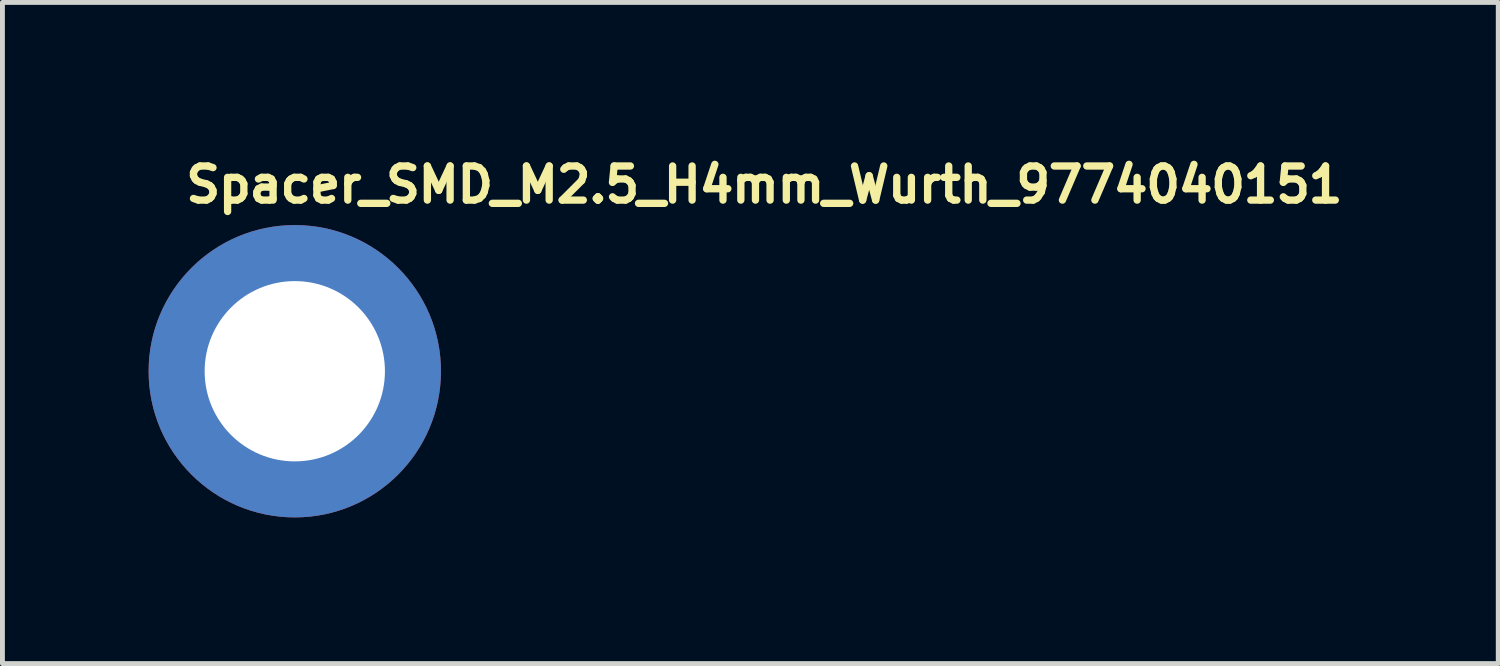
<source format=kicad_pcb>
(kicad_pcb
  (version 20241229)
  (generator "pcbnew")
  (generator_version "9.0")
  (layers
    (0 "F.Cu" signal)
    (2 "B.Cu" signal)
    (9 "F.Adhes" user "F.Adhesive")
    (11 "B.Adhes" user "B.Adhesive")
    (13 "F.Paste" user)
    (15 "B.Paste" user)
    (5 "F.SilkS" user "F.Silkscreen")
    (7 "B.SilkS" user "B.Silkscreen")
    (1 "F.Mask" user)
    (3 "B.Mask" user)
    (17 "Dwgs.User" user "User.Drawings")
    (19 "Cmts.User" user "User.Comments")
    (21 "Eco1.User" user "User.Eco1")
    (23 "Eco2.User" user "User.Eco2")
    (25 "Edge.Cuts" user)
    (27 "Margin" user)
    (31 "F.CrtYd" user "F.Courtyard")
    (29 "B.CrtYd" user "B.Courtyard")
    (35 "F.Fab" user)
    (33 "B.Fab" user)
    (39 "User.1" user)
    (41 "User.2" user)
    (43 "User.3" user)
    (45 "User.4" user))
  (footprint "Spacer_SMD_M2.5_H4mm_Wurth_9774040151"
    (layer "F.Cu")
    (at 3 4.569)
    (property "Reference" "Spacer_SMD_M2.5_H4mm_Wurth_9774040151" (at -2.311 -3.419 180) (layer "F.SilkS") (effects (font (size 0.7 0.7) (thickness 0.15)) (justify left bottom)))
    (attr smd)
    (fp_circle (center 0 0) (end 2.499 0) (stroke (width 1) (type solid)) (fill no) (layer "F.Paste"))
    (fp_line (start -2.551 0) (end -2.551 0) (stroke (width 0.02) (type solid)) (layer "User.9"))
    (fp_line (start -2.551 0) (end -2.548 -0.133) (stroke (width 0.02) (type solid)) (layer "User.9"))
    (fp_line (start -2.548 -0.133) (end -2.537 -0.262) (stroke (width 0.02) (type solid)) (layer "User.9"))
    (fp_line (start -2.548 0.131) (end -2.551 0) (stroke (width 0.02) (type solid)) (layer "User.9"))
    (fp_line (start -2.537 -0.262) (end -2.521 -0.39) (stroke (width 0.02) (type solid)) (layer "User.9"))
    (fp_line (start -2.537 0.26) (end -2.548 0.131) (stroke (width 0.02) (type solid)) (layer "User.9"))
    (fp_line (start -2.521 -0.39) (end -2.5 -0.515) (stroke (width 0.02) (type solid)) (layer "User.9"))
    (fp_line (start -2.521 0.388) (end -2.537 0.26) (stroke (width 0.02) (type solid)) (layer "User.9"))
    (fp_line (start -2.5 -0.515) (end -2.471 -0.638) (stroke (width 0.02) (type solid)) (layer "User.9"))
    (fp_line (start -2.5 0.513) (end -2.521 0.388) (stroke (width 0.02) (type solid)) (layer "User.9"))
    (fp_line (start -2.471 -0.638) (end -2.436 -0.759) (stroke (width 0.02) (type solid)) (layer "User.9"))
    (fp_line (start -2.471 0.636) (end -2.5 0.513) (stroke (width 0.02) (type solid)) (layer "User.9"))
    (fp_line (start -2.436 -0.759) (end -2.396 -0.877) (stroke (width 0.02) (type solid)) (layer "User.9"))
    (fp_line (start -2.436 0.757) (end -2.471 0.636) (stroke (width 0.02) (type solid)) (layer "User.9"))
    (fp_line (start -2.396 -0.877) (end -2.351 -0.993) (stroke (width 0.02) (type solid)) (layer "User.9"))
    (fp_line (start -2.396 0.875) (end -2.436 0.757) (stroke (width 0.02) (type solid)) (layer "User.9"))
    (fp_line (start -2.351 -0.993) (end -2.299 -1.107) (stroke (width 0.02) (type solid)) (layer "User.9"))
    (fp_line (start -2.351 0.991) (end -2.396 0.875) (stroke (width 0.02) (type solid)) (layer "User.9"))
    (fp_line (start -2.299 -1.107) (end -2.243 -1.216) (stroke (width 0.02) (type solid)) (layer "User.9"))
    (fp_line (start -2.299 1.104) (end -2.351 0.991) (stroke (width 0.02) (type solid)) (layer "User.9"))
    (fp_line (start -2.243 -1.216) (end -2.182 -1.323) (stroke (width 0.02) (type solid)) (layer "User.9"))
    (fp_line (start -2.243 1.215) (end -2.299 1.104) (stroke (width 0.02) (type solid)) (layer "User.9"))
    (fp_line (start -2.182 -1.323) (end -2.116 -1.426) (stroke (width 0.02) (type solid)) (layer "User.9"))
    (fp_line (start -2.182 1.322) (end -2.243 1.215) (stroke (width 0.02) (type solid)) (layer "User.9"))
    (fp_line (start -2.116 -1.426) (end -2.044 -1.526) (stroke (width 0.02) (type solid)) (layer "User.9"))
    (fp_line (start -2.116 1.425) (end -2.182 1.322) (stroke (width 0.02) (type solid)) (layer "User.9"))
    (fp_line (start -2.044 -1.526) (end -1.968 -1.623) (stroke (width 0.02) (type solid)) (layer "User.9"))
    (fp_line (start -2.044 1.525) (end -2.116 1.425) (stroke (width 0.02) (type solid)) (layer "User.9"))
    (fp_line (start -1.968 -1.623) (end -1.889 -1.716) (stroke (width 0.02) (type solid)) (layer "User.9"))
    (fp_line (start -1.968 1.622) (end -2.044 1.525) (stroke (width 0.02) (type solid)) (layer "User.9"))
    (fp_line (start -1.889 -1.716) (end -1.805 -1.805) (stroke (width 0.02) (type solid)) (layer "User.9"))
    (fp_line (start -1.889 1.713) (end -1.968 1.622) (stroke (width 0.02) (type solid)) (layer "User.9"))
    (fp_line (start -1.805 -1.805) (end -1.716 -1.889) (stroke (width 0.02) (type solid)) (layer "User.9"))
    (fp_line (start -1.805 1.802) (end -1.889 1.713) (stroke (width 0.02) (type solid)) (layer "User.9"))
    (fp_line (start -1.716 -1.889) (end -1.623 -1.968) (stroke (width 0.02) (type solid)) (layer "User.9"))
    (fp_line (start -1.716 1.886) (end -1.805 1.802) (stroke (width 0.02) (type solid)) (layer "User.9"))
    (fp_line (start -1.623 -1.968) (end -1.526 -2.044) (stroke (width 0.02) (type solid)) (layer "User.9"))
    (fp_line (start -1.623 1.967) (end -1.716 1.886) (stroke (width 0.02) (type solid)) (layer "User.9"))
    (fp_line (start -1.526 -2.044) (end -1.426 -2.116) (stroke (width 0.02) (type solid)) (layer "User.9"))
    (fp_line (start -1.526 2.043) (end -1.623 1.967) (stroke (width 0.02) (type solid)) (layer "User.9"))
    (fp_line (start -1.426 -2.116) (end -1.323 -2.182) (stroke (width 0.02) (type solid)) (layer "User.9"))
    (fp_line (start -1.426 2.113) (end -1.526 2.043) (stroke (width 0.02) (type solid)) (layer "User.9"))
    (fp_line (start -1.323 -2.182) (end -1.216 -2.243) (stroke (width 0.02) (type solid)) (layer "User.9"))
    (fp_line (start -1.323 2.18) (end -1.426 2.113) (stroke (width 0.02) (type solid)) (layer "User.9"))
    (fp_line (start -1.216 -2.243) (end -1.107 -2.299) (stroke (width 0.02) (type solid)) (layer "User.9"))
    (fp_line (start -1.216 2.241) (end -1.323 2.18) (stroke (width 0.02) (type solid)) (layer "User.9"))
    (fp_line (start -1.107 -2.299) (end -0.993 -2.351) (stroke (width 0.02) (type solid)) (layer "User.9"))
    (fp_line (start -1.107 2.297) (end -1.216 2.241) (stroke (width 0.02) (type solid)) (layer "User.9"))
    (fp_line (start -1.008 0) (end -1.008 0) (stroke (width 0.02) (type solid)) (layer "User.9"))
    (fp_line (start -1.008 0) (end -1.006 -0.053) (stroke (width 0.02) (type solid)) (layer "User.9"))
    (fp_line (start -1.006 -0.053) (end -1.002 -0.104) (stroke (width 0.02) (type solid)) (layer "User.9"))
    (fp_line (start -1.006 0.051) (end -1.008 0) (stroke (width 0.02) (type solid)) (layer "User.9"))
    (fp_line (start -1.002 -0.104) (end -0.995 -0.154) (stroke (width 0.02) (type solid)) (layer "User.9"))
    (fp_line (start -1.002 0.102) (end -1.006 0.051) (stroke (width 0.02) (type solid)) (layer "User.9"))
    (fp_line (start -0.995 -0.154) (end -0.987 -0.204) (stroke (width 0.02) (type solid)) (layer "User.9"))
    (fp_line (start -0.995 0.152) (end -1.002 0.102) (stroke (width 0.02) (type solid)) (layer "User.9"))
    (fp_line (start -0.993 -2.351) (end -0.877 -2.396) (stroke (width 0.02) (type solid)) (layer "User.9"))
    (fp_line (start -0.993 2.349) (end -1.107 2.297) (stroke (width 0.02) (type solid)) (layer "User.9"))
    (fp_line (start -0.987 -0.204) (end -0.975 -0.252) (stroke (width 0.02) (type solid)) (layer "User.9"))
    (fp_line (start -0.987 0.202) (end -0.995 0.152) (stroke (width 0.02) (type solid)) (layer "User.9"))
    (fp_line (start -0.975 -0.252) (end -0.962 -0.3) (stroke (width 0.02) (type solid)) (layer "User.9"))
    (fp_line (start -0.975 0.25) (end -0.987 0.202) (stroke (width 0.02) (type solid)) (layer "User.9"))
    (fp_line (start -0.962 -0.3) (end -0.947 -0.348) (stroke (width 0.02) (type solid)) (layer "User.9"))
    (fp_line (start -0.962 0.298) (end -0.975 0.25) (stroke (width 0.02) (type solid)) (layer "User.9"))
    (fp_line (start -0.947 -0.348) (end -0.929 -0.393) (stroke (width 0.02) (type solid)) (layer "User.9"))
    (fp_line (start -0.947 0.346) (end -0.962 0.298) (stroke (width 0.02) (type solid)) (layer "User.9"))
    (fp_line (start -0.929 -0.393) (end -0.909 -0.437) (stroke (width 0.02) (type solid)) (layer "User.9"))
    (fp_line (start -0.929 0.391) (end -0.947 0.346) (stroke (width 0.02) (type solid)) (layer "User.9"))
    (fp_line (start -0.909 -0.437) (end -0.886 -0.48) (stroke (width 0.02) (type solid)) (layer "User.9"))
    (fp_line (start -0.909 0.435) (end -0.929 0.391) (stroke (width 0.02) (type solid)) (layer "User.9"))
    (fp_line (start -0.886 -0.48) (end -0.861 -0.523) (stroke (width 0.02) (type solid)) (layer "User.9"))
    (fp_line (start -0.886 0.479) (end -0.909 0.435) (stroke (width 0.02) (type solid)) (layer "User.9"))
    (fp_line (start -0.877 -2.396) (end -0.759 -2.436) (stroke (width 0.02) (type solid)) (layer "User.9"))
    (fp_line (start -0.877 2.394) (end -0.993 2.349) (stroke (width 0.02) (type solid)) (layer "User.9"))
    (fp_line (start -0.861 -0.523) (end -0.835 -0.564) (stroke (width 0.02) (type solid)) (layer "User.9"))
    (fp_line (start -0.861 0.521) (end -0.886 0.479) (stroke (width 0.02) (type solid)) (layer "User.9"))
    (fp_line (start -0.835 -0.564) (end -0.808 -0.603) (stroke (width 0.02) (type solid)) (layer "User.9"))
    (fp_line (start -0.835 0.562) (end -0.861 0.521) (stroke (width 0.02) (type solid)) (layer "User.9"))
    (fp_line (start -0.808 -0.603) (end -0.778 -0.642) (stroke (width 0.02) (type solid)) (layer "User.9"))
    (fp_line (start -0.808 0.601) (end -0.835 0.562) (stroke (width 0.02) (type solid)) (layer "User.9"))
    (fp_line (start -0.778 -0.642) (end -0.746 -0.678) (stroke (width 0.02) (type solid)) (layer "User.9"))
    (fp_line (start -0.778 0.64) (end -0.808 0.601) (stroke (width 0.02) (type solid)) (layer "User.9"))
    (fp_line (start -0.759 -2.436) (end -0.638 -2.471) (stroke (width 0.02) (type solid)) (layer "User.9"))
    (fp_line (start -0.759 2.435) (end -0.877 2.394) (stroke (width 0.02) (type solid)) (layer "User.9"))
    (fp_line (start -0.746 -0.678) (end -0.712 -0.712) (stroke (width 0.02) (type solid)) (layer "User.9"))
    (fp_line (start -0.746 0.676) (end -0.778 0.64) (stroke (width 0.02) (type solid)) (layer "User.9"))
    (fp_line (start -0.712 -0.712) (end -0.678 -0.746) (stroke (width 0.02) (type solid)) (layer "User.9"))
    (fp_line (start -0.712 0.71) (end -0.746 0.676) (stroke (width 0.02) (type solid)) (layer "User.9"))
    (fp_line (start -0.678 -0.746) (end -0.642 -0.778) (stroke (width 0.02) (type solid)) (layer "User.9"))
    (fp_line (start -0.678 0.744) (end -0.712 0.71) (stroke (width 0.02) (type solid)) (layer "User.9"))
    (fp_line (start -0.642 -0.778) (end -0.603 -0.808) (stroke (width 0.02) (type solid)) (layer "User.9"))
    (fp_line (start -0.642 0.776) (end -0.678 0.744) (stroke (width 0.02) (type solid)) (layer "User.9"))
    (fp_line (start -0.638 -2.471) (end -0.515 -2.5) (stroke (width 0.02) (type solid)) (layer "User.9"))
    (fp_line (start -0.638 2.468) (end -0.759 2.435) (stroke (width 0.02) (type solid)) (layer "User.9"))
    (fp_line (start -0.603 -0.808) (end -0.564 -0.835) (stroke (width 0.02) (type solid)) (layer "User.9"))
    (fp_line (start -0.603 0.806) (end -0.642 0.776) (stroke (width 0.02) (type solid)) (layer "User.9"))
    (fp_line (start -0.564 -0.835) (end -0.523 -0.861) (stroke (width 0.02) (type solid)) (layer "User.9"))
    (fp_line (start -0.564 0.833) (end -0.603 0.806) (stroke (width 0.02) (type solid)) (layer "User.9"))
    (fp_line (start -0.523 -0.861) (end -0.48 -0.886) (stroke (width 0.02) (type solid)) (layer "User.9"))
    (fp_line (start -0.523 0.859) (end -0.564 0.833) (stroke (width 0.02) (type solid)) (layer "User.9"))
    (fp_line (start -0.515 -2.5) (end -0.39 -2.521) (stroke (width 0.02) (type solid)) (layer "User.9"))
    (fp_line (start -0.515 2.498) (end -0.638 2.468) (stroke (width 0.02) (type solid)) (layer "User.9"))
    (fp_line (start -0.48 -0.886) (end -0.437 -0.909) (stroke (width 0.02) (type solid)) (layer "User.9"))
    (fp_line (start -0.48 0.884) (end -0.523 0.859) (stroke (width 0.02) (type solid)) (layer "User.9"))
    (fp_line (start -0.437 -0.909) (end -0.393 -0.929) (stroke (width 0.02) (type solid)) (layer "User.9"))
    (fp_line (start -0.437 0.907) (end -0.48 0.884) (stroke (width 0.02) (type solid)) (layer "User.9"))
    (fp_line (start -0.393 -0.929) (end -0.348 -0.947) (stroke (width 0.02) (type solid)) (layer "User.9"))
    (fp_line (start -0.393 0.927) (end -0.437 0.907) (stroke (width 0.02) (type solid)) (layer "User.9"))
    (fp_line (start -0.39 -2.521) (end -0.262 -2.537) (stroke (width 0.02) (type solid)) (layer "User.9"))
    (fp_line (start -0.39 2.519) (end -0.515 2.498) (stroke (width 0.02) (type solid)) (layer "User.9"))
    (fp_line (start -0.348 -0.947) (end -0.3 -0.962) (stroke (width 0.02) (type solid)) (layer "User.9"))
    (fp_line (start -0.348 0.945) (end -0.393 0.927) (stroke (width 0.02) (type solid)) (layer "User.9"))
    (fp_line (start -0.3 -0.962) (end -0.252 -0.975) (stroke (width 0.02) (type solid)) (layer "User.9"))
    (fp_line (start -0.3 0.96) (end -0.348 0.945) (stroke (width 0.02) (type solid)) (layer "User.9"))
    (fp_line (start -0.262 -2.537) (end -0.133 -2.548) (stroke (width 0.02) (type solid)) (layer "User.9"))
    (fp_line (start -0.262 2.535) (end -0.39 2.519) (stroke (width 0.02) (type solid)) (layer "User.9"))
    (fp_line (start -0.252 -0.975) (end -0.204 -0.987) (stroke (width 0.02) (type solid)) (layer "User.9"))
    (fp_line (start -0.252 0.973) (end -0.3 0.96) (stroke (width 0.02) (type solid)) (layer "User.9"))
    (fp_line (start -0.204 -0.987) (end -0.154 -0.995) (stroke (width 0.02) (type solid)) (layer "User.9"))
    (fp_line (start -0.204 0.985) (end -0.252 0.973) (stroke (width 0.02) (type solid)) (layer "User.9"))
    (fp_line (start -0.154 -0.995) (end -0.104 -1.002) (stroke (width 0.02) (type solid)) (layer "User.9"))
    (fp_line (start -0.154 0.993) (end -0.204 0.985) (stroke (width 0.02) (type solid)) (layer "User.9"))
    (fp_line (start -0.133 -2.548) (end 0 -2.551) (stroke (width 0.02) (type solid)) (layer "User.9"))
    (fp_line (start -0.133 2.546) (end -0.262 2.535) (stroke (width 0.02) (type solid)) (layer "User.9"))
    (fp_line (start -0.104 -1.002) (end -0.053 -1.006) (stroke (width 0.02) (type solid)) (layer "User.9"))
    (fp_line (start -0.104 1.001) (end -0.154 0.993) (stroke (width 0.02) (type solid)) (layer "User.9"))
    (fp_line (start -0.053 -1.006) (end 0 -1.008) (stroke (width 0.02) (type solid)) (layer "User.9"))
    (fp_line (start -0.053 1.005) (end -0.104 1.001) (stroke (width 0.02) (type solid)) (layer "User.9"))
    (fp_line (start 0 -2.551) (end 0 -2.551) (stroke (width 0.02) (type solid)) (layer "User.9"))
    (fp_line (start 0 -2.551) (end 0.131 -2.548) (stroke (width 0.02) (type solid)) (layer "User.9"))
    (fp_line (start 0 -1.008) (end 0 -1.008) (stroke (width 0.02) (type solid)) (layer "User.9"))
    (fp_line (start 0 -1.008) (end 0.051 -1.006) (stroke (width 0.02) (type solid)) (layer "User.9"))
    (fp_line (start 0 1.005) (end -0.053 1.005) (stroke (width 0.02) (type solid)) (layer "User.9"))
    (fp_line (start 0 1.005) (end 0 1.005) (stroke (width 0.02) (type solid)) (layer "User.9"))
    (fp_line (start 0 2.548) (end -0.133 2.546) (stroke (width 0.02) (type solid)) (layer "User.9"))
    (fp_line (start 0 2.548) (end 0 2.548) (stroke (width 0.02) (type solid)) (layer "User.9"))
    (fp_line (start 0.051 -1.006) (end 0.102 -1.002) (stroke (width 0.02) (type solid)) (layer "User.9"))
    (fp_line (start 0.051 1.005) (end 0 1.005) (stroke (width 0.02) (type solid)) (layer "User.9"))
    (fp_line (start 0.102 -1.002) (end 0.152 -0.995) (stroke (width 0.02) (type solid)) (layer "User.9"))
    (fp_line (start 0.102 1.001) (end 0.051 1.005) (stroke (width 0.02) (type solid)) (layer "User.9"))
    (fp_line (start 0.131 -2.548) (end 0.26 -2.537) (stroke (width 0.02) (type solid)) (layer "User.9"))
    (fp_line (start 0.131 2.546) (end 0 2.548) (stroke (width 0.02) (type solid)) (layer "User.9"))
    (fp_line (start 0.152 -0.995) (end 0.202 -0.987) (stroke (width 0.02) (type solid)) (layer "User.9"))
    (fp_line (start 0.152 0.993) (end 0.102 1.001) (stroke (width 0.02) (type solid)) (layer "User.9"))
    (fp_line (start 0.202 -0.987) (end 0.25 -0.975) (stroke (width 0.02) (type solid)) (layer "User.9"))
    (fp_line (start 0.202 0.985) (end 0.152 0.993) (stroke (width 0.02) (type solid)) (layer "User.9"))
    (fp_line (start 0.25 -0.975) (end 0.298 -0.962) (stroke (width 0.02) (type solid)) (layer "User.9"))
    (fp_line (start 0.25 0.973) (end 0.202 0.985) (stroke (width 0.02) (type solid)) (layer "User.9"))
    (fp_line (start 0.26 -2.537) (end 0.388 -2.521) (stroke (width 0.02) (type solid)) (layer "User.9"))
    (fp_line (start 0.26 2.535) (end 0.131 2.546) (stroke (width 0.02) (type solid)) (layer "User.9"))
    (fp_line (start 0.298 -0.962) (end 0.346 -0.947) (stroke (width 0.02) (type solid)) (layer "User.9"))
    (fp_line (start 0.298 0.96) (end 0.25 0.973) (stroke (width 0.02) (type solid)) (layer "User.9"))
    (fp_line (start 0.346 -0.947) (end 0.391 -0.929) (stroke (width 0.02) (type solid)) (layer "User.9"))
    (fp_line (start 0.346 0.945) (end 0.298 0.96) (stroke (width 0.02) (type solid)) (layer "User.9"))
    (fp_line (start 0.388 -2.521) (end 0.513 -2.5) (stroke (width 0.02) (type solid)) (layer "User.9"))
    (fp_line (start 0.388 2.519) (end 0.26 2.535) (stroke (width 0.02) (type solid)) (layer "User.9"))
    (fp_line (start 0.391 -0.929) (end 0.435 -0.909) (stroke (width 0.02) (type solid)) (layer "User.9"))
    (fp_line (start 0.391 0.927) (end 0.346 0.945) (stroke (width 0.02) (type solid)) (layer "User.9"))
    (fp_line (start 0.435 -0.909) (end 0.479 -0.886) (stroke (width 0.02) (type solid)) (layer "User.9"))
    (fp_line (start 0.435 0.907) (end 0.391 0.927) (stroke (width 0.02) (type solid)) (layer "User.9"))
    (fp_line (start 0.479 -0.886) (end 0.521 -0.861) (stroke (width 0.02) (type solid)) (layer "User.9"))
    (fp_line (start 0.479 0.884) (end 0.435 0.907) (stroke (width 0.02) (type solid)) (layer "User.9"))
    (fp_line (start 0.513 -2.5) (end 0.636 -2.471) (stroke (width 0.02) (type solid)) (layer "User.9"))
    (fp_line (start 0.513 2.498) (end 0.388 2.519) (stroke (width 0.02) (type solid)) (layer "User.9"))
    (fp_line (start 0.521 -0.861) (end 0.562 -0.835) (stroke (width 0.02) (type solid)) (layer "User.9"))
    (fp_line (start 0.521 0.859) (end 0.479 0.884) (stroke (width 0.02) (type solid)) (layer "User.9"))
    (fp_line (start 0.562 -0.835) (end 0.601 -0.808) (stroke (width 0.02) (type solid)) (layer "User.9"))
    (fp_line (start 0.562 0.833) (end 0.521 0.859) (stroke (width 0.02) (type solid)) (layer "User.9"))
    (fp_line (start 0.601 -0.808) (end 0.64 -0.778) (stroke (width 0.02) (type solid)) (layer "User.9"))
    (fp_line (start 0.601 0.806) (end 0.562 0.833) (stroke (width 0.02) (type solid)) (layer "User.9"))
    (fp_line (start 0.636 -2.471) (end 0.757 -2.436) (stroke (width 0.02) (type solid)) (layer "User.9"))
    (fp_line (start 0.636 2.468) (end 0.513 2.498) (stroke (width 0.02) (type solid)) (layer "User.9"))
    (fp_line (start 0.64 -0.778) (end 0.676 -0.746) (stroke (width 0.02) (type solid)) (layer "User.9"))
    (fp_line (start 0.64 0.776) (end 0.601 0.806) (stroke (width 0.02) (type solid)) (layer "User.9"))
    (fp_line (start 0.676 -0.746) (end 0.71 -0.712) (stroke (width 0.02) (type solid)) (layer "User.9"))
    (fp_line (start 0.676 0.744) (end 0.64 0.776) (stroke (width 0.02) (type solid)) (layer "User.9"))
    (fp_line (start 0.71 -0.712) (end 0.744 -0.678) (stroke (width 0.02) (type solid)) (layer "User.9"))
    (fp_line (start 0.71 0.71) (end 0.676 0.744) (stroke (width 0.02) (type solid)) (layer "User.9"))
    (fp_line (start 0.744 -0.678) (end 0.776 -0.642) (stroke (width 0.02) (type solid)) (layer "User.9"))
    (fp_line (start 0.744 0.676) (end 0.71 0.71) (stroke (width 0.02) (type solid)) (layer "User.9"))
    (fp_line (start 0.757 -2.436) (end 0.875 -2.396) (stroke (width 0.02) (type solid)) (layer "User.9"))
    (fp_line (start 0.757 2.435) (end 0.636 2.468) (stroke (width 0.02) (type solid)) (layer "User.9"))
    (fp_line (start 0.776 -0.642) (end 0.806 -0.603) (stroke (width 0.02) (type solid)) (layer "User.9"))
    (fp_line (start 0.776 0.64) (end 0.744 0.676) (stroke (width 0.02) (type solid)) (layer "User.9"))
    (fp_line (start 0.806 -0.603) (end 0.833 -0.564) (stroke (width 0.02) (type solid)) (layer "User.9"))
    (fp_line (start 0.806 0.601) (end 0.776 0.64) (stroke (width 0.02) (type solid)) (layer "User.9"))
    (fp_line (start 0.833 -0.564) (end 0.859 -0.523) (stroke (width 0.02) (type solid)) (layer "User.9"))
    (fp_line (start 0.833 0.562) (end 0.806 0.601) (stroke (width 0.02) (type solid)) (layer "User.9"))
    (fp_line (start 0.859 -0.523) (end 0.884 -0.48) (stroke (width 0.02) (type solid)) (layer "User.9"))
    (fp_line (start 0.859 0.521) (end 0.833 0.562) (stroke (width 0.02) (type solid)) (layer "User.9"))
    (fp_line (start 0.875 -2.396) (end 0.991 -2.351) (stroke (width 0.02) (type solid)) (layer "User.9"))
    (fp_line (start 0.875 2.394) (end 0.757 2.435) (stroke (width 0.02) (type solid)) (layer "User.9"))
    (fp_line (start 0.884 -0.48) (end 0.907 -0.437) (stroke (width 0.02) (type solid)) (layer "User.9"))
    (fp_line (start 0.884 0.479) (end 0.859 0.521) (stroke (width 0.02) (type solid)) (layer "User.9"))
    (fp_line (start 0.907 -0.437) (end 0.927 -0.393) (stroke (width 0.02) (type solid)) (layer "User.9"))
    (fp_line (start 0.907 0.435) (end 0.884 0.479) (stroke (width 0.02) (type solid)) (layer "User.9"))
    (fp_line (start 0.927 -0.393) (end 0.945 -0.348) (stroke (width 0.02) (type solid)) (layer "User.9"))
    (fp_line (start 0.927 0.391) (end 0.907 0.435) (stroke (width 0.02) (type solid)) (layer "User.9"))
    (fp_line (start 0.945 -0.348) (end 0.96 -0.3) (stroke (width 0.02) (type solid)) (layer "User.9"))
    (fp_line (start 0.945 0.346) (end 0.927 0.391) (stroke (width 0.02) (type solid)) (layer "User.9"))
    (fp_line (start 0.96 -0.3) (end 0.973 -0.252) (stroke (width 0.02) (type solid)) (layer "User.9"))
    (fp_line (start 0.96 0.298) (end 0.945 0.346) (stroke (width 0.02) (type solid)) (layer "User.9"))
    (fp_line (start 0.973 -0.252) (end 0.985 -0.204) (stroke (width 0.02) (type solid)) (layer "User.9"))
    (fp_line (start 0.973 0.25) (end 0.96 0.298) (stroke (width 0.02) (type solid)) (layer "User.9"))
    (fp_line (start 0.985 -0.204) (end 0.993 -0.154) (stroke (width 0.02) (type solid)) (layer "User.9"))
    (fp_line (start 0.985 0.202) (end 0.973 0.25) (stroke (width 0.02) (type solid)) (layer "User.9"))
    (fp_line (start 0.991 -2.351) (end 1.104 -2.299) (stroke (width 0.02) (type solid)) (layer "User.9"))
    (fp_line (start 0.991 2.349) (end 0.875 2.394) (stroke (width 0.02) (type solid)) (layer "User.9"))
    (fp_line (start 0.993 -0.154) (end 1.001 -0.104) (stroke (width 0.02) (type solid)) (layer "User.9"))
    (fp_line (start 0.993 0.152) (end 0.985 0.202) (stroke (width 0.02) (type solid)) (layer "User.9"))
    (fp_line (start 1.001 -0.104) (end 1.005 -0.053) (stroke (width 0.02) (type solid)) (layer "User.9"))
    (fp_line (start 1.001 0.102) (end 0.993 0.152) (stroke (width 0.02) (type solid)) (layer "User.9"))
    (fp_line (start 1.005 -0.053) (end 1.005 0) (stroke (width 0.02) (type solid)) (layer "User.9"))
    (fp_line (start 1.005 0) (end 1.005 0) (stroke (width 0.02) (type solid)) (layer "User.9"))
    (fp_line (start 1.005 0) (end 1.005 0) (stroke (width 0.02) (type solid)) (layer "User.9"))
    (fp_line (start 1.005 0) (end 1.005 0.051) (stroke (width 0.02) (type solid)) (layer "User.9"))
    (fp_line (start 1.005 0.051) (end 1.001 0.102) (stroke (width 0.02) (type solid)) (layer "User.9"))
    (fp_line (start 1.104 -2.299) (end 1.215 -2.243) (stroke (width 0.02) (type solid)) (layer "User.9"))
    (fp_line (start 1.104 2.297) (end 0.991 2.349) (stroke (width 0.02) (type solid)) (layer "User.9"))
    (fp_line (start 1.215 -2.243) (end 1.322 -2.182) (stroke (width 0.02) (type solid)) (layer "User.9"))
    (fp_line (start 1.215 2.241) (end 1.104 2.297) (stroke (width 0.02) (type solid)) (layer "User.9"))
    (fp_line (start 1.322 -2.182) (end 1.425 -2.116) (stroke (width 0.02) (type solid)) (layer "User.9"))
    (fp_line (start 1.322 2.18) (end 1.215 2.241) (stroke (width 0.02) (type solid)) (layer "User.9"))
    (fp_line (start 1.425 -2.116) (end 1.525 -2.044) (stroke (width 0.02) (type solid)) (layer "User.9"))
    (fp_line (start 1.425 2.113) (end 1.322 2.18) (stroke (width 0.02) (type solid)) (layer "User.9"))
    (fp_line (start 1.525 -2.044) (end 1.622 -1.968) (stroke (width 0.02) (type solid)) (layer "User.9"))
    (fp_line (start 1.525 2.043) (end 1.425 2.113) (stroke (width 0.02) (type solid)) (layer "User.9"))
    (fp_line (start 1.622 -1.968) (end 1.713 -1.889) (stroke (width 0.02) (type solid)) (layer "User.9"))
    (fp_line (start 1.622 1.967) (end 1.525 2.043) (stroke (width 0.02) (type solid)) (layer "User.9"))
    (fp_line (start 1.713 -1.889) (end 1.802 -1.805) (stroke (width 0.02) (type solid)) (layer "User.9"))
    (fp_line (start 1.713 1.886) (end 1.622 1.967) (stroke (width 0.02) (type solid)) (layer "User.9"))
    (fp_line (start 1.802 -1.805) (end 1.886 -1.716) (stroke (width 0.02) (type solid)) (layer "User.9"))
    (fp_line (start 1.802 1.802) (end 1.713 1.886) (stroke (width 0.02) (type solid)) (layer "User.9"))
    (fp_line (start 1.886 -1.716) (end 1.967 -1.623) (stroke (width 0.02) (type solid)) (layer "User.9"))
    (fp_line (start 1.886 1.713) (end 1.802 1.802) (stroke (width 0.02) (type solid)) (layer "User.9"))
    (fp_line (start 1.967 -1.623) (end 2.043 -1.526) (stroke (width 0.02) (type solid)) (layer "User.9"))
    (fp_line (start 1.967 1.622) (end 1.886 1.713) (stroke (width 0.02) (type solid)) (layer "User.9"))
    (fp_line (start 2.043 -1.526) (end 2.113 -1.426) (stroke (width 0.02) (type solid)) (layer "User.9"))
    (fp_line (start 2.043 1.525) (end 1.967 1.622) (stroke (width 0.02) (type solid)) (layer "User.9"))
    (fp_line (start 2.113 -1.426) (end 2.18 -1.323) (stroke (width 0.02) (type solid)) (layer "User.9"))
    (fp_line (start 2.113 1.425) (end 2.043 1.525) (stroke (width 0.02) (type solid)) (layer "User.9"))
    (fp_line (start 2.18 -1.323) (end 2.241 -1.216) (stroke (width 0.02) (type solid)) (layer "User.9"))
    (fp_line (start 2.18 1.322) (end 2.113 1.425) (stroke (width 0.02) (type solid)) (layer "User.9"))
    (fp_line (start 2.241 -1.216) (end 2.297 -1.107) (stroke (width 0.02) (type solid)) (layer "User.9"))
    (fp_line (start 2.241 1.215) (end 2.18 1.322) (stroke (width 0.02) (type solid)) (layer "User.9"))
    (fp_line (start 2.297 -1.107) (end 2.349 -0.993) (stroke (width 0.02) (type solid)) (layer "User.9"))
    (fp_line (start 2.297 1.104) (end 2.241 1.215) (stroke (width 0.02) (type solid)) (layer "User.9"))
    (fp_line (start 2.349 -0.993) (end 2.394 -0.877) (stroke (width 0.02) (type solid)) (layer "User.9"))
    (fp_line (start 2.349 0.991) (end 2.297 1.104) (stroke (width 0.02) (type solid)) (layer "User.9"))
    (fp_line (start 2.394 -0.877) (end 2.435 -0.759) (stroke (width 0.02) (type solid)) (layer "User.9"))
    (fp_line (start 2.394 0.875) (end 2.349 0.991) (stroke (width 0.02) (type solid)) (layer "User.9"))
    (fp_line (start 2.435 -0.759) (end 2.468 -0.638) (stroke (width 0.02) (type solid)) (layer "User.9"))
    (fp_line (start 2.435 0.757) (end 2.394 0.875) (stroke (width 0.02) (type solid)) (layer "User.9"))
    (fp_line (start 2.468 -0.638) (end 2.498 -0.515) (stroke (width 0.02) (type solid)) (layer "User.9"))
    (fp_line (start 2.468 0.636) (end 2.435 0.757) (stroke (width 0.02) (type solid)) (layer "User.9"))
    (fp_line (start 2.498 -0.515) (end 2.519 -0.39) (stroke (width 0.02) (type solid)) (layer "User.9"))
    (fp_line (start 2.498 0.513) (end 2.468 0.636) (stroke (width 0.02) (type solid)) (layer "User.9"))
    (fp_line (start 2.519 -0.39) (end 2.535 -0.262) (stroke (width 0.02) (type solid)) (layer "User.9"))
    (fp_line (start 2.519 0.388) (end 2.498 0.513) (stroke (width 0.02) (type solid)) (layer "User.9"))
    (fp_line (start 2.535 -0.262) (end 2.546 -0.133) (stroke (width 0.02) (type solid)) (layer "User.9"))
    (fp_line (start 2.535 0.26) (end 2.519 0.388) (stroke (width 0.02) (type solid)) (layer "User.9"))
    (fp_line (start 2.546 -0.133) (end 2.548 0) (stroke (width 0.02) (type solid)) (layer "User.9"))
    (fp_line (start 2.546 0.131) (end 2.535 0.26) (stroke (width 0.02) (type solid)) (layer "User.9"))
    (fp_line (start 2.548 0) (end 2.546 0.131) (stroke (width 0.02) (type solid)) (layer "User.9"))
    (fp_line (start 2.548 0) (end 2.548 0) (stroke (width 0.02) (type solid)) (layer "User.9"))
    (fp_line (start 2.548 0) (end 2.548 0) (stroke (width 0.02) (type solid)) (layer "User.9"))
    (pad "1" thru_hole circle (at 0 0 180) (size 6 6) (drill 3.7) (layers "*.Cu" "*.Mask")))
  (gr_rect
    (start -3 -3)
    (end 27.699 10.569)
    (stroke (width 0.1) (type default))
    (fill no)
    (layer "Edge.Cuts")))
</source>
